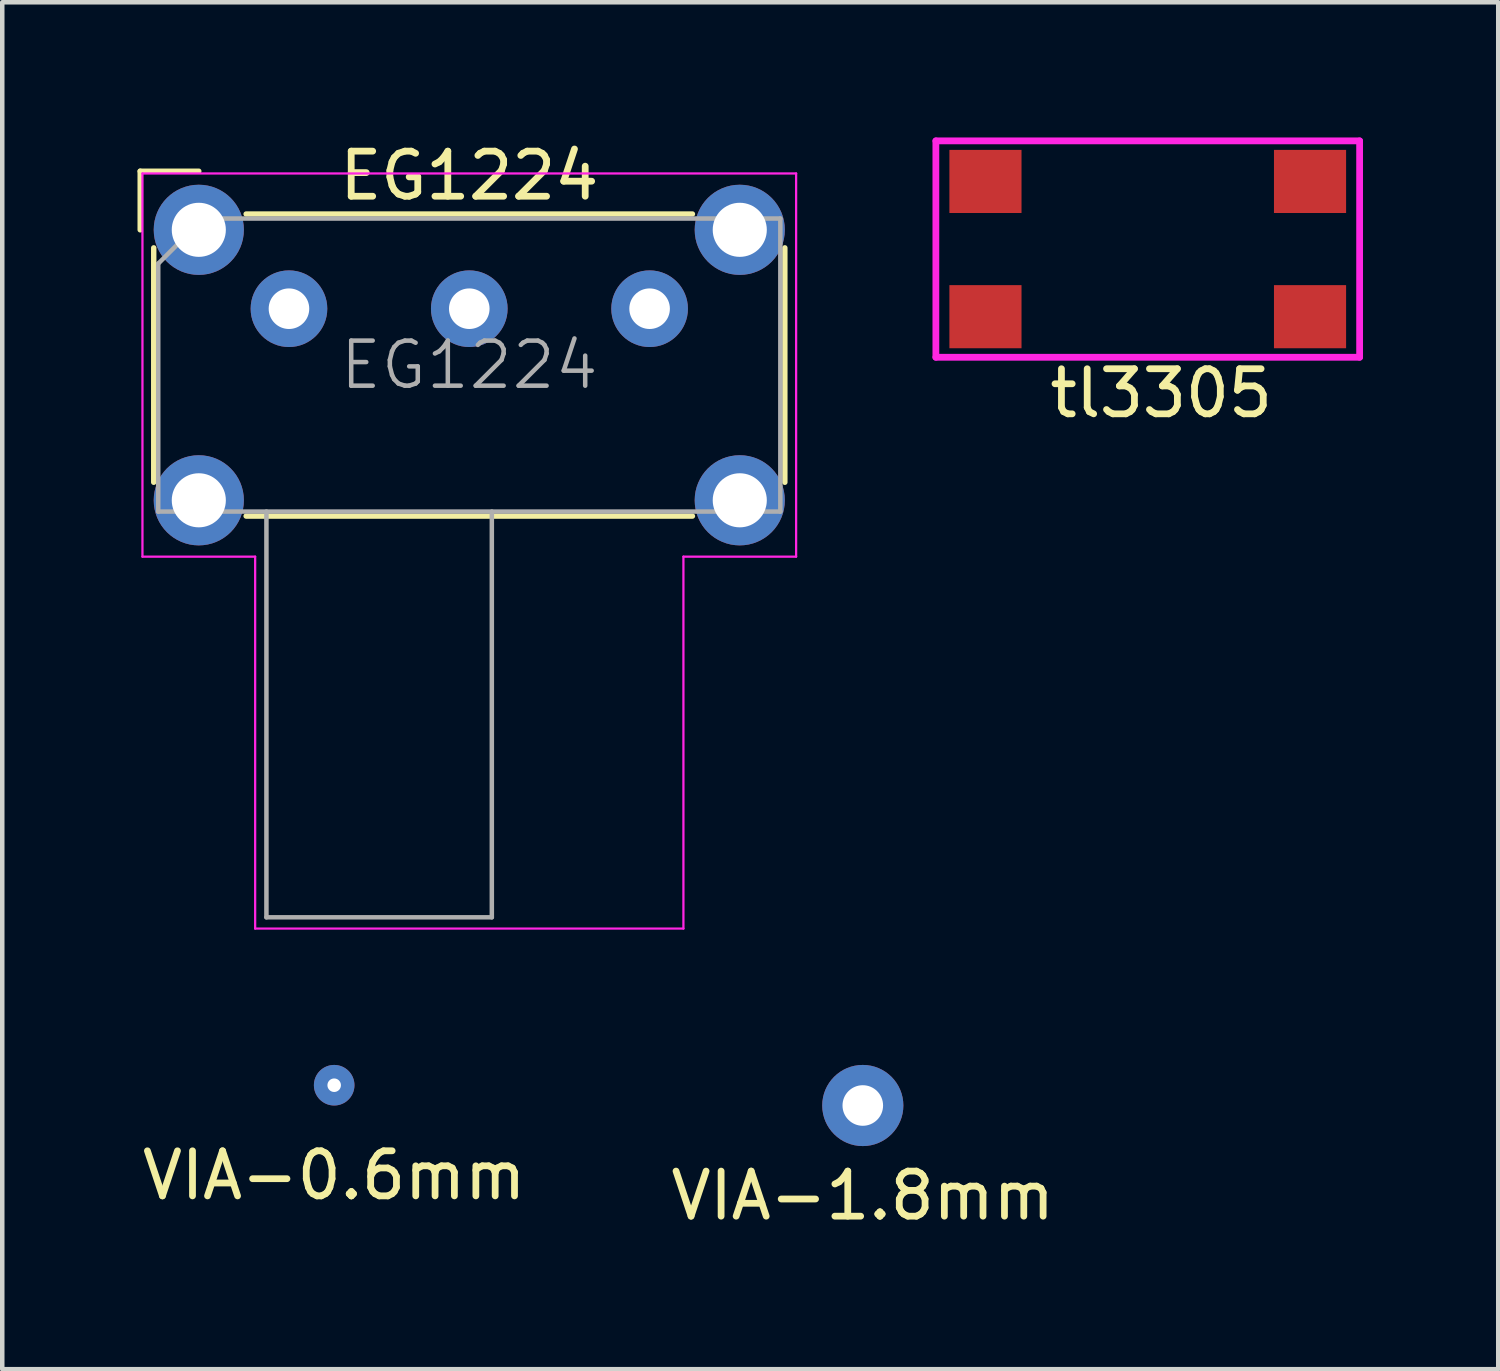
<source format=kicad_pcb>
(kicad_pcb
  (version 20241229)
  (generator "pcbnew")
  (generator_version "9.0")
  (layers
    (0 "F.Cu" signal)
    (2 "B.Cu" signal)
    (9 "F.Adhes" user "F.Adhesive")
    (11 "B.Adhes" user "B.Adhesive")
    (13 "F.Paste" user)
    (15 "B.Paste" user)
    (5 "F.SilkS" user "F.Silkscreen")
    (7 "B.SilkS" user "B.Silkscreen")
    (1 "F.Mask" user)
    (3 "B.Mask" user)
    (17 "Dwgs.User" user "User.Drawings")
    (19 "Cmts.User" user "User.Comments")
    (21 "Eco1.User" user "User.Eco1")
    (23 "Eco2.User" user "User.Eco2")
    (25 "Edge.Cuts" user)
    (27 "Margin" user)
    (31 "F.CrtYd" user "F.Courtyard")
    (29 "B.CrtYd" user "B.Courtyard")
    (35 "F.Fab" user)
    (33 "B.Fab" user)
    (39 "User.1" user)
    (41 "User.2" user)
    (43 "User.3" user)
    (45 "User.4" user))
  (footprint "VIA-1.8mm"
    (layer "F.Cu")
    (at 16.089 21.473)
    (property "Reference" "VIA-1.8mm" (at 0 2 0) (layer "F.SilkS") (effects (font (size 1 1) (thickness 0.15))))
    (attr through_hole)
    (pad "1" thru_hole circle (at 0 0) (size 1.8 1.8) (drill 0.9) (layers "*.Cu")))
  (footprint "VIA-0.6mm"
    (layer "F.Cu")
    (at 4.363 21.023)
    (property "Reference" "VIA-0.6mm" (at 0 2 0) (layer "F.SilkS") (effects (font (size 1 1) (thickness 0.15))))
    (attr through_hole)
    (pad "1" thru_hole circle (at 0 0) (size 0.9 0.9) (drill 0.3) (layers "*.Cu")))
  (footprint "EG1224"
    (layer "F.Cu")
    (at 3.36 3.798)
    (property "Reference" "EG1224" (at 4 -2.95 0) (layer "F.SilkS") (effects (font (size 1 1) (thickness 0.15))))
    (attr through_hole)
    (fp_line (start -3.3 -3.05) (end -2 -3.05) (stroke (width 0.12) (type solid)) (layer "F.SilkS"))
    (fp_line (start -3.3 -1.75) (end -3.3 -3.05) (stroke (width 0.12) (type solid)) (layer "F.SilkS"))
    (fp_line (start -3 3.85) (end -3 -1.35) (stroke (width 0.12) (type solid)) (layer "F.SilkS"))
    (fp_line (start -0.95 -2.1) (end 8.95 -2.1) (stroke (width 0.12) (type solid)) (layer "F.SilkS"))
    (fp_line (start 8.95 4.6) (end -0.95 4.6) (stroke (width 0.12) (type solid)) (layer "F.SilkS"))
    (fp_line (start 11 -1.35) (end 11 3.85) (stroke (width 0.12) (type solid)) (layer "F.SilkS"))
    (fp_line (start -3.25 -3) (end 11.25 -3) (stroke (width 0.05) (type solid)) (layer "F.CrtYd"))
    (fp_line (start -3.25 5.5) (end -3.25 -3) (stroke (width 0.05) (type solid)) (layer "F.CrtYd"))
    (fp_line (start -0.75 5.5) (end -3.25 5.5) (stroke (width 0.05) (type solid)) (layer "F.CrtYd"))
    (fp_line (start -0.75 13.75) (end -0.75 5.5) (stroke (width 0.05) (type solid)) (layer "F.CrtYd"))
    (fp_line (start 8.75 5.5) (end 8.75 13.75) (stroke (width 0.05) (type solid)) (layer "F.CrtYd"))
    (fp_line (start 8.75 13.75) (end -0.75 13.75) (stroke (width 0.05) (type solid)) (layer "F.CrtYd"))
    (fp_line (start 11.25 -3) (end 11.25 5.5) (stroke (width 0.05) (type solid)) (layer "F.CrtYd"))
    (fp_line (start 11.25 5.5) (end 8.75 5.5) (stroke (width 0.05) (type solid)) (layer "F.CrtYd"))
    (fp_line (start -2.9 4.5) (end -2.9 -1) (stroke (width 0.1) (type solid)) (layer "F.Fab"))
    (fp_line (start -1.9 -2) (end -2.9 -1) (stroke (width 0.1) (type solid)) (layer "F.Fab"))
    (fp_line (start -1.9 -2) (end 10.9 -2) (stroke (width 0.1) (type solid)) (layer "F.Fab"))
    (fp_line (start -0.5 13.5) (end -0.5 4.5) (stroke (width 0.1) (type solid)) (layer "F.Fab"))
    (fp_line (start 4.5 4.5) (end 4.5 13.5) (stroke (width 0.1) (type solid)) (layer "F.Fab"))
    (fp_line (start 4.5 13.5) (end -0.5 13.5) (stroke (width 0.1) (type solid)) (layer "F.Fab"))
    (fp_line (start 10.9 -2) (end 10.9 4.5) (stroke (width 0.1) (type solid)) (layer "F.Fab"))
    (fp_line (start 10.9 4.5) (end -2.9 4.5) (stroke (width 0.1) (type solid)) (layer "F.Fab"))
    (fp_text user "${REFERENCE}" (at 4 1.25 0) (layer "F.Fab") (effects (font (size 1 1) (thickness 0.1))))
    (pad "" thru_hole circle (at -2 -1.75) (size 2 2) (drill 1.2) (layers "*.Cu" "*.Mask"))
    (pad "" thru_hole circle (at -2 4.25) (size 2 2) (drill 1.2) (layers "*.Cu" "*.Mask"))
    (pad "" thru_hole circle (at 10 -1.75) (size 2 2) (drill 1.2) (layers "*.Cu" "*.Mask"))
    (pad "" thru_hole circle (at 10 4.25) (size 2 2) (drill 1.2) (layers "*.Cu" "*.Mask"))
    (pad "1" thru_hole circle (at 0 0) (size 1.7 1.7) (drill 0.9) (layers "*.Cu" "*.Mask"))
    (pad "2" thru_hole circle (at 4 0) (size 1.7 1.7) (drill 0.9) (layers "*.Cu" "*.Mask"))
    (pad "3" thru_hole circle (at 8 0) (size 1.7 1.7) (drill 0.9) (layers "*.Cu" "*.Mask")))
  (footprint "tl3305"
    (layer "F.Cu")
    (at 22.41 2.475)
    (property "Reference" "tl3305" (at 0.3 3.2 0) (layer "F.SilkS") (effects (font (size 1 1) (thickness 0.15))))
    (attr through_hole)
    (fp_line (start -4.7 -2.4) (end -4.7 2.4) (stroke (width 0.15) (type solid)) (layer "F.CrtYd"))
    (fp_line (start -4.7 2.4) (end 4.7 2.4) (stroke (width 0.15) (type solid)) (layer "F.CrtYd"))
    (fp_line (start 4.7 -2.4) (end -4.7 -2.4) (stroke (width 0.15) (type solid)) (layer "F.CrtYd"))
    (fp_line (start 4.7 2.4) (end 4.7 -2.4) (stroke (width 0.15) (type solid)) (layer "F.CrtYd"))
    (pad "1" smd rect (at -3.6 1.5) (size 1.6 1.4) (layers "F.Cu" "F.Mask" "F.Paste"))
    (pad "2" smd rect (at 3.6 1.5) (size 1.6 1.4) (layers "F.Cu" "F.Mask" "F.Paste"))
    (pad "3" smd rect (at -3.6 -1.5) (size 1.6 1.4) (layers "F.Cu" "F.Mask" "F.Paste"))
    (pad "4" smd rect (at 3.6 -1.5) (size 1.6 1.4) (layers "F.Cu" "F.Mask" "F.Paste")))
  (gr_rect
    (start -3 -3)
    (end 30.185 27.322)
    (stroke (width 0.1) (type default))
    (fill no)
    (layer "Edge.Cuts")))
</source>
